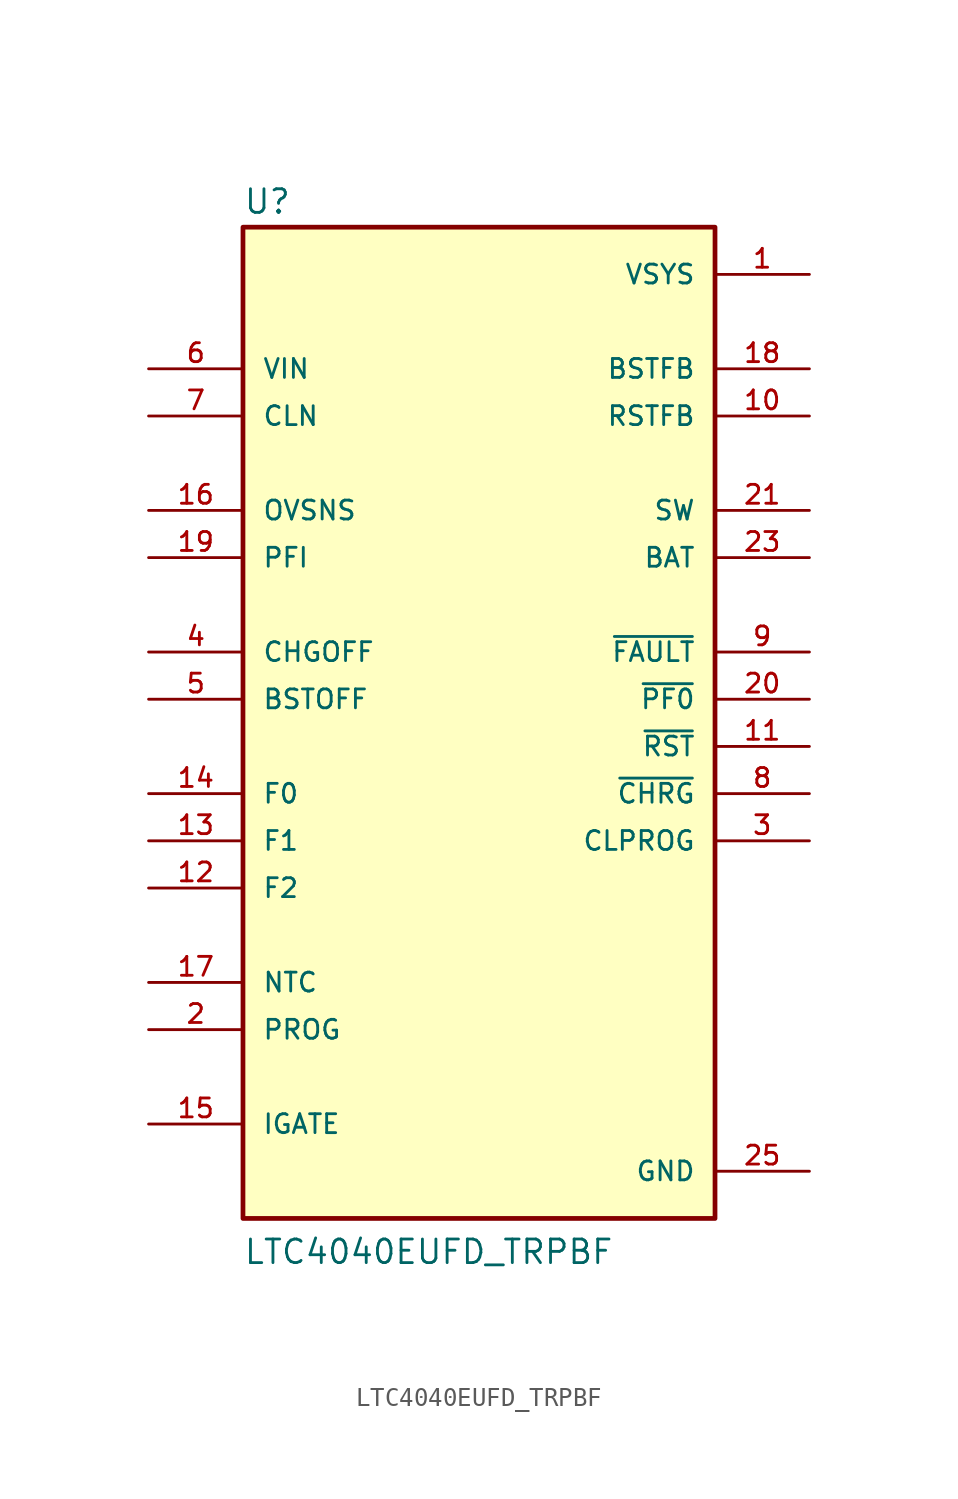
<source format=kicad_sym>
(kicad_symbol_lib
  (version 20241209)
  (generator "kicad_symbol_editor")
  (generator_version "9.0")
  (symbol "LTC4040EUFD_TRPBF"
    (pin_names
      (offset 1.016))
    (property "Reference" "U"
      (at -12.7 26.035 0)
      (effects (font (size 1.27 1.27)) (justify left bottom)))
    (property "Value" "LTC4040EUFD_TRPBF"
      (at -12.7 -30.48 0)
      (effects (font (size 1.27 1.27)) (justify left bottom)))
    (symbol "LTC4040EUFD_TRPBF_0_0"
      (rectangle (start -12.7 25.4) (end 12.7 -27.94) (stroke (width 0.254) (type default)) (fill (type background)))
      (pin input line (at -17.78 17.78 0) (length 5.08) (name "VIN" (effects (font (size 1.016 1.016)))) (number "6" (effects (font (size 1.016 1.016)))))
      (pin passive line (at -17.78 15.24 0) (length 5.08) (name "CLN" (effects (font (size 1.016 1.016)))) (number "7" (effects (font (size 1.016 1.016)))))
      (pin input line (at -17.78 10.16 0) (length 5.08) (name "OVSNS" (effects (font (size 1.016 1.016)))) (number "16" (effects (font (size 1.016 1.016)))))
      (pin input line (at -17.78 7.62 0) (length 5.08) (name "PFI" (effects (font (size 1.016 1.016)))) (number "19" (effects (font (size 1.016 1.016)))))
      (pin input line (at -17.78 2.54 0) (length 5.08) (name "CHGOFF" (effects (font (size 1.016 1.016)))) (number "4" (effects (font (size 1.016 1.016)))))
      (pin input line (at -17.78 0 0) (length 5.08) (name "BSTOFF" (effects (font (size 1.016 1.016)))) (number "5" (effects (font (size 1.016 1.016)))))
      (pin input line (at -17.78 -5.08 0) (length 5.08) (name "F0" (effects (font (size 1.016 1.016)))) (number "14" (effects (font (size 1.016 1.016)))))
      (pin input line (at -17.78 -7.62 0) (length 5.08) (name "F1" (effects (font (size 1.016 1.016)))) (number "13" (effects (font (size 1.016 1.016)))))
      (pin input line (at -17.78 -10.16 0) (length 5.08) (name "F2" (effects (font (size 1.016 1.016)))) (number "12" (effects (font (size 1.016 1.016)))))
      (pin input line (at -17.78 -15.24 0) (length 5.08) (name "NTC" (effects (font (size 1.016 1.016)))) (number "17" (effects (font (size 1.016 1.016)))))
      (pin passive line (at -17.78 -17.78 0) (length 5.08) (name "PROG" (effects (font (size 1.016 1.016)))) (number "2" (effects (font (size 1.016 1.016)))))
      (pin passive line (at -17.78 -22.86 0) (length 5.08) (name "IGATE" (effects (font (size 1.016 1.016)))) (number "15" (effects (font (size 1.016 1.016)))))
      (pin output line (at 17.78 22.86 180) (length 5.08) (name "VSYS" (effects (font (size 1.016 1.016)))) (number "1" (effects (font (size 1.016 1.016)))))
      (pin output line (at 17.78 22.86 180) (length 5.08) (hide yes) (name "VSYS" (effects (font (size 1.016 1.016)))) (number "24" (effects (font (size 1.016 1.016)))))
      (pin input line (at 17.78 17.78 180) (length 5.08) (name "BSTFB" (effects (font (size 1.016 1.016)))) (number "18" (effects (font (size 1.016 1.016)))))
      (pin input line (at 17.78 15.24 180) (length 5.08) (name "RSTFB" (effects (font (size 1.016 1.016)))) (number "10" (effects (font (size 1.016 1.016)))))
      (pin output line (at 17.78 10.16 180) (length 5.08) (name "SW" (effects (font (size 1.016 1.016)))) (number "21" (effects (font (size 1.016 1.016)))))
      (pin output line (at 17.78 10.16 180) (length 5.08) (hide yes) (name "SW" (effects (font (size 1.016 1.016)))) (number "22" (effects (font (size 1.016 1.016)))))
      (pin power_in line (at 17.78 7.62 180) (length 5.08) (name "BAT" (effects (font (size 1.016 1.016)))) (number "23" (effects (font (size 1.016 1.016)))))
      (pin output line (at 17.78 2.54 180) (length 5.08) (name "~{FAULT}" (effects (font (size 1.016 1.016)))) (number "9" (effects (font (size 1.016 1.016)))))
      (pin output line (at 17.78 0 180) (length 5.08) (name "~{PF0}" (effects (font (size 1.016 1.016)))) (number "20" (effects (font (size 1.016 1.016)))))
      (pin output line (at 17.78 -2.54 180) (length 5.08) (name "~{RST}" (effects (font (size 1.016 1.016)))) (number "11" (effects (font (size 1.016 1.016)))))
      (pin output line (at 17.78 -5.08 180) (length 5.08) (name "~{CHRG}" (effects (font (size 1.016 1.016)))) (number "8" (effects (font (size 1.016 1.016)))))
      (pin passive line (at 17.78 -7.62 180) (length 5.08) (name "CLPROG" (effects (font (size 1.016 1.016)))) (number "3" (effects (font (size 1.016 1.016)))))
      (pin power_in line (at 17.78 -25.4 180) (length 5.08) (name "GND" (effects (font (size 1.016 1.016)))) (number "25" (effects (font (size 1.016 1.016))))))))
</source>
